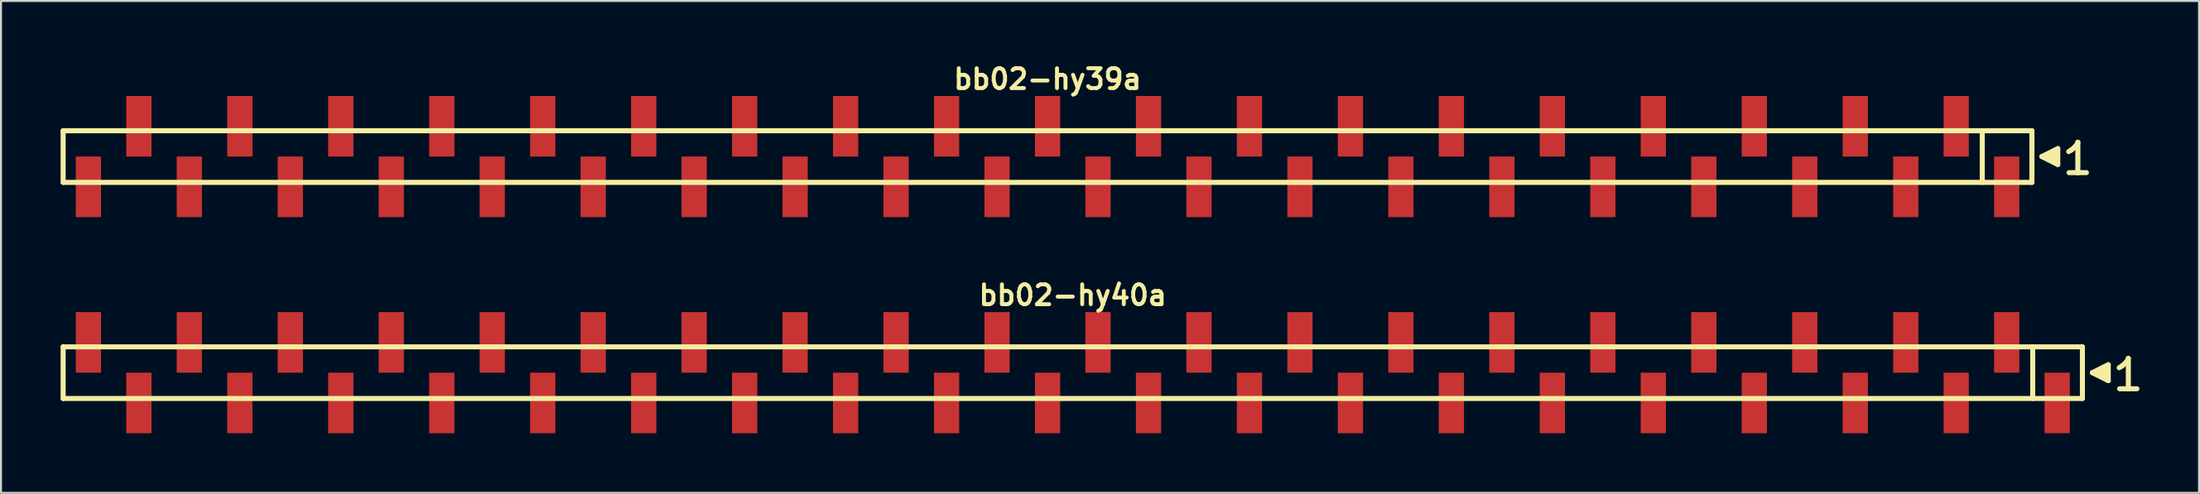
<source format=kicad_pcb>
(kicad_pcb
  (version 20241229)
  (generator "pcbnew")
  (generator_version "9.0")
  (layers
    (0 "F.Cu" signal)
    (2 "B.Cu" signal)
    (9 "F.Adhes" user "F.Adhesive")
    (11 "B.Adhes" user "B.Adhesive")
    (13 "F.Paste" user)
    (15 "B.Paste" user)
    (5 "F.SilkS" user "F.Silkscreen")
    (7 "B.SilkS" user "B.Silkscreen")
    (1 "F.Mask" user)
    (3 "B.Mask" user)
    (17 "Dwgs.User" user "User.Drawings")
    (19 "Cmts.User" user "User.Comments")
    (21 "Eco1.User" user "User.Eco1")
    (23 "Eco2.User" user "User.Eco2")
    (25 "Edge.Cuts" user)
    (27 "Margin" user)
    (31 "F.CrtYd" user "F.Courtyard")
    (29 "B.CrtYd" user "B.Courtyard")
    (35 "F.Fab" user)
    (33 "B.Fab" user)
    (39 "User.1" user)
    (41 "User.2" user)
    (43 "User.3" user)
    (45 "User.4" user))
  (footprint "bb02-hy39a"
    (layer "F.Cu")
    (at 49.657 4.832)
    (property "Reference" "bb02-hy39a" (at 0 -3.9 0) (layer "F.SilkS") (effects (font (size 0.998 0.998) (thickness 0.198))))
    (attr smd)
    (fp_line (start -49.53 -1.3) (end 49.53 -1.3) (stroke (width 0.254) (type solid)) (layer "F.SilkS"))
    (fp_line (start -49.53 1.3) (end -49.53 -1.3) (stroke (width 0.254) (type solid)) (layer "F.SilkS"))
    (fp_line (start 47.03 1.3) (end 47.03 -1.3) (stroke (width 0.254) (type solid)) (layer "F.SilkS"))
    (fp_line (start 49.53 -1.3) (end 49.53 1.3) (stroke (width 0.254) (type solid)) (layer "F.SilkS"))
    (fp_line (start 49.53 1.3) (end -49.53 1.3) (stroke (width 0.254) (type solid)) (layer "F.SilkS"))
    (fp_line (start 50.03 0) (end 50.83 0.4) (stroke (width 0.254) (type solid)) (layer "F.SilkS"))
    (fp_line (start 50.33 0.1) (end 50.33 -0.1) (stroke (width 0.254) (type solid)) (layer "F.SilkS"))
    (fp_line (start 50.43 -0.1) (end 50.43 0.1) (stroke (width 0.254) (type solid)) (layer "F.SilkS"))
    (fp_line (start 50.53 0.2) (end 50.53 -0.2) (stroke (width 0.254) (type solid)) (layer "F.SilkS"))
    (fp_line (start 50.63 -0.2) (end 50.63 0.2) (stroke (width 0.254) (type solid)) (layer "F.SilkS"))
    (fp_line (start 50.73 0.3) (end 50.73 -0.3) (stroke (width 0.254) (type solid)) (layer "F.SilkS"))
    (fp_line (start 50.83 -0.4) (end 50.03 0) (stroke (width 0.254) (type solid)) (layer "F.SilkS"))
    (fp_line (start 50.83 0.4) (end 50.83 -0.4) (stroke (width 0.254) (type solid)) (layer "F.SilkS"))
    (fp_line (start 51.38 -0.25) (end 51.51 -0.33) (stroke (width 0.254) (type solid)) (layer "F.SilkS"))
    (fp_line (start 51.51 -0.33) (end 51.67 -0.46) (stroke (width 0.254) (type solid)) (layer "F.SilkS"))
    (fp_line (start 51.67 -0.46) (end 51.81 -0.63) (stroke (width 0.254) (type solid)) (layer "F.SilkS"))
    (fp_line (start 51.81 -0.63) (end 51.84 -0.72) (stroke (width 0.254) (type solid)) (layer "F.SilkS"))
    (fp_line (start 51.84 -0.72) (end 51.84 0.81) (stroke (width 0.254) (type solid)) (layer "F.SilkS"))
    (fp_line (start 51.84 0.81) (end 51.4 0.81) (stroke (width 0.254) (type solid)) (layer "F.SilkS"))
    (fp_line (start 52.27 0.81) (end 51.83 0.81) (stroke (width 0.254) (type solid)) (layer "F.SilkS"))
    (pad "1" smd rect (at 48.26 1.525) (size 1.27 3.05) (layers "F.Cu" "F.Mask" "F.Paste"))
    (pad "2" smd rect (at 45.72 -1.525) (size 1.27 3.05) (layers "F.Cu" "F.Mask" "F.Paste"))
    (pad "3" smd rect (at 43.18 1.525) (size 1.27 3.05) (layers "F.Cu" "F.Mask" "F.Paste"))
    (pad "4" smd rect (at 40.64 -1.525) (size 1.27 3.05) (layers "F.Cu" "F.Mask" "F.Paste"))
    (pad "5" smd rect (at 38.1 1.525) (size 1.27 3.05) (layers "F.Cu" "F.Mask" "F.Paste"))
    (pad "6" smd rect (at 35.56 -1.525) (size 1.27 3.05) (layers "F.Cu" "F.Mask" "F.Paste"))
    (pad "7" smd rect (at 33.02 1.525) (size 1.27 3.05) (layers "F.Cu" "F.Mask" "F.Paste"))
    (pad "8" smd rect (at 30.48 -1.525) (size 1.27 3.05) (layers "F.Cu" "F.Mask" "F.Paste"))
    (pad "9" smd rect (at 27.94 1.525) (size 1.27 3.05) (layers "F.Cu" "F.Mask" "F.Paste"))
    (pad "10" smd rect (at 25.4 -1.525) (size 1.27 3.05) (layers "F.Cu" "F.Mask" "F.Paste"))
    (pad "11" smd rect (at 22.86 1.525) (size 1.27 3.05) (layers "F.Cu" "F.Mask" "F.Paste"))
    (pad "12" smd rect (at 20.32 -1.525) (size 1.27 3.05) (layers "F.Cu" "F.Mask" "F.Paste"))
    (pad "13" smd rect (at 17.78 1.525) (size 1.27 3.05) (layers "F.Cu" "F.Mask" "F.Paste"))
    (pad "14" smd rect (at 15.24 -1.525) (size 1.27 3.05) (layers "F.Cu" "F.Mask" "F.Paste"))
    (pad "15" smd rect (at 12.7 1.525) (size 1.27 3.05) (layers "F.Cu" "F.Mask" "F.Paste"))
    (pad "16" smd rect (at 10.16 -1.525) (size 1.27 3.05) (layers "F.Cu" "F.Mask" "F.Paste"))
    (pad "17" smd rect (at 7.62 1.525) (size 1.27 3.05) (layers "F.Cu" "F.Mask" "F.Paste"))
    (pad "18" smd rect (at 5.08 -1.525) (size 1.27 3.05) (layers "F.Cu" "F.Mask" "F.Paste"))
    (pad "19" smd rect (at 2.54 1.525) (size 1.27 3.05) (layers "F.Cu" "F.Mask" "F.Paste"))
    (pad "20" smd rect (at 0 -1.525) (size 1.27 3.05) (layers "F.Cu" "F.Mask" "F.Paste"))
    (pad "21" smd rect (at -2.54 1.525) (size 1.27 3.05) (layers "F.Cu" "F.Mask" "F.Paste"))
    (pad "22" smd rect (at -5.08 -1.525) (size 1.27 3.05) (layers "F.Cu" "F.Mask" "F.Paste"))
    (pad "23" smd rect (at -7.62 1.525) (size 1.27 3.05) (layers "F.Cu" "F.Mask" "F.Paste"))
    (pad "24" smd rect (at -10.16 -1.525) (size 1.27 3.05) (layers "F.Cu" "F.Mask" "F.Paste"))
    (pad "25" smd rect (at -12.7 1.525) (size 1.27 3.05) (layers "F.Cu" "F.Mask" "F.Paste"))
    (pad "26" smd rect (at -15.24 -1.525) (size 1.27 3.05) (layers "F.Cu" "F.Mask" "F.Paste"))
    (pad "27" smd rect (at -17.78 1.525) (size 1.27 3.05) (layers "F.Cu" "F.Mask" "F.Paste"))
    (pad "28" smd rect (at -20.32 -1.525) (size 1.27 3.05) (layers "F.Cu" "F.Mask" "F.Paste"))
    (pad "29" smd rect (at -22.86 1.525) (size 1.27 3.05) (layers "F.Cu" "F.Mask" "F.Paste"))
    (pad "30" smd rect (at -25.4 -1.525) (size 1.27 3.05) (layers "F.Cu" "F.Mask" "F.Paste"))
    (pad "31" smd rect (at -27.94 1.525) (size 1.27 3.05) (layers "F.Cu" "F.Mask" "F.Paste"))
    (pad "32" smd rect (at -30.48 -1.525) (size 1.27 3.05) (layers "F.Cu" "F.Mask" "F.Paste"))
    (pad "33" smd rect (at -33.02 1.525) (size 1.27 3.05) (layers "F.Cu" "F.Mask" "F.Paste"))
    (pad "34" smd rect (at -35.56 -1.525) (size 1.27 3.05) (layers "F.Cu" "F.Mask" "F.Paste"))
    (pad "35" smd rect (at -38.1 1.525) (size 1.27 3.05) (layers "F.Cu" "F.Mask" "F.Paste"))
    (pad "36" smd rect (at -40.64 -1.525) (size 1.27 3.05) (layers "F.Cu" "F.Mask" "F.Paste"))
    (pad "37" smd rect (at -43.18 1.525) (size 1.27 3.05) (layers "F.Cu" "F.Mask" "F.Paste"))
    (pad "38" smd rect (at -45.72 -1.525) (size 1.27 3.05) (layers "F.Cu" "F.Mask" "F.Paste"))
    (pad "39" smd rect (at -48.26 1.525) (size 1.27 3.05) (layers "F.Cu" "F.Mask" "F.Paste")))
  (footprint "bb02-hy40a"
    (layer "F.Cu")
    (at 50.927 15.713)
    (property "Reference" "bb02-hy40a" (at 0 -3.9 0) (layer "F.SilkS") (effects (font (size 0.998 0.998) (thickness 0.198))))
    (attr smd)
    (fp_line (start -50.8 -1.3) (end 50.8 -1.3) (stroke (width 0.254) (type solid)) (layer "F.SilkS"))
    (fp_line (start -50.8 1.3) (end -50.8 -1.3) (stroke (width 0.254) (type solid)) (layer "F.SilkS"))
    (fp_line (start 48.3 1.3) (end 48.3 -1.3) (stroke (width 0.254) (type solid)) (layer "F.SilkS"))
    (fp_line (start 50.8 -1.3) (end 50.8 1.3) (stroke (width 0.254) (type solid)) (layer "F.SilkS"))
    (fp_line (start 50.8 1.3) (end -50.8 1.3) (stroke (width 0.254) (type solid)) (layer "F.SilkS"))
    (fp_line (start 51.3 0) (end 52.1 0.4) (stroke (width 0.254) (type solid)) (layer "F.SilkS"))
    (fp_line (start 51.6 0.1) (end 51.6 -0.1) (stroke (width 0.254) (type solid)) (layer "F.SilkS"))
    (fp_line (start 51.7 -0.1) (end 51.7 0.1) (stroke (width 0.254) (type solid)) (layer "F.SilkS"))
    (fp_line (start 51.8 0.2) (end 51.8 -0.2) (stroke (width 0.254) (type solid)) (layer "F.SilkS"))
    (fp_line (start 51.9 -0.2) (end 51.9 0.2) (stroke (width 0.254) (type solid)) (layer "F.SilkS"))
    (fp_line (start 52 0.3) (end 52 -0.3) (stroke (width 0.254) (type solid)) (layer "F.SilkS"))
    (fp_line (start 52.1 -0.4) (end 51.3 0) (stroke (width 0.254) (type solid)) (layer "F.SilkS"))
    (fp_line (start 52.1 0.4) (end 52.1 -0.4) (stroke (width 0.254) (type solid)) (layer "F.SilkS"))
    (fp_line (start 52.65 -0.25) (end 52.78 -0.33) (stroke (width 0.254) (type solid)) (layer "F.SilkS"))
    (fp_line (start 52.78 -0.33) (end 52.94 -0.46) (stroke (width 0.254) (type solid)) (layer "F.SilkS"))
    (fp_line (start 52.94 -0.46) (end 53.08 -0.63) (stroke (width 0.254) (type solid)) (layer "F.SilkS"))
    (fp_line (start 53.08 -0.63) (end 53.11 -0.72) (stroke (width 0.254) (type solid)) (layer "F.SilkS"))
    (fp_line (start 53.11 -0.72) (end 53.11 0.81) (stroke (width 0.254) (type solid)) (layer "F.SilkS"))
    (fp_line (start 53.11 0.81) (end 52.67 0.81) (stroke (width 0.254) (type solid)) (layer "F.SilkS"))
    (fp_line (start 53.54 0.81) (end 53.1 0.81) (stroke (width 0.254) (type solid)) (layer "F.SilkS"))
    (pad "1" smd rect (at 49.53 1.525) (size 1.27 3.05) (layers "F.Cu" "F.Mask" "F.Paste"))
    (pad "2" smd rect (at 46.99 -1.525) (size 1.27 3.05) (layers "F.Cu" "F.Mask" "F.Paste"))
    (pad "3" smd rect (at 44.45 1.525) (size 1.27 3.05) (layers "F.Cu" "F.Mask" "F.Paste"))
    (pad "4" smd rect (at 41.91 -1.525) (size 1.27 3.05) (layers "F.Cu" "F.Mask" "F.Paste"))
    (pad "5" smd rect (at 39.37 1.525) (size 1.27 3.05) (layers "F.Cu" "F.Mask" "F.Paste"))
    (pad "6" smd rect (at 36.83 -1.525) (size 1.27 3.05) (layers "F.Cu" "F.Mask" "F.Paste"))
    (pad "7" smd rect (at 34.29 1.525) (size 1.27 3.05) (layers "F.Cu" "F.Mask" "F.Paste"))
    (pad "8" smd rect (at 31.75 -1.525) (size 1.27 3.05) (layers "F.Cu" "F.Mask" "F.Paste"))
    (pad "9" smd rect (at 29.21 1.525) (size 1.27 3.05) (layers "F.Cu" "F.Mask" "F.Paste"))
    (pad "10" smd rect (at 26.67 -1.525) (size 1.27 3.05) (layers "F.Cu" "F.Mask" "F.Paste"))
    (pad "11" smd rect (at 24.13 1.525) (size 1.27 3.05) (layers "F.Cu" "F.Mask" "F.Paste"))
    (pad "12" smd rect (at 21.59 -1.525) (size 1.27 3.05) (layers "F.Cu" "F.Mask" "F.Paste"))
    (pad "13" smd rect (at 19.05 1.525) (size 1.27 3.05) (layers "F.Cu" "F.Mask" "F.Paste"))
    (pad "14" smd rect (at 16.51 -1.525) (size 1.27 3.05) (layers "F.Cu" "F.Mask" "F.Paste"))
    (pad "15" smd rect (at 13.97 1.525) (size 1.27 3.05) (layers "F.Cu" "F.Mask" "F.Paste"))
    (pad "16" smd rect (at 11.43 -1.525) (size 1.27 3.05) (layers "F.Cu" "F.Mask" "F.Paste"))
    (pad "17" smd rect (at 8.89 1.525) (size 1.27 3.05) (layers "F.Cu" "F.Mask" "F.Paste"))
    (pad "18" smd rect (at 6.35 -1.525) (size 1.27 3.05) (layers "F.Cu" "F.Mask" "F.Paste"))
    (pad "19" smd rect (at 3.81 1.525) (size 1.27 3.05) (layers "F.Cu" "F.Mask" "F.Paste"))
    (pad "20" smd rect (at 1.27 -1.525) (size 1.27 3.05) (layers "F.Cu" "F.Mask" "F.Paste"))
    (pad "21" smd rect (at -1.27 1.525) (size 1.27 3.05) (layers "F.Cu" "F.Mask" "F.Paste"))
    (pad "22" smd rect (at -3.81 -1.525) (size 1.27 3.05) (layers "F.Cu" "F.Mask" "F.Paste"))
    (pad "23" smd rect (at -6.35 1.525) (size 1.27 3.05) (layers "F.Cu" "F.Mask" "F.Paste"))
    (pad "24" smd rect (at -8.89 -1.525) (size 1.27 3.05) (layers "F.Cu" "F.Mask" "F.Paste"))
    (pad "25" smd rect (at -11.43 1.525) (size 1.27 3.05) (layers "F.Cu" "F.Mask" "F.Paste"))
    (pad "26" smd rect (at -13.97 -1.525) (size 1.27 3.05) (layers "F.Cu" "F.Mask" "F.Paste"))
    (pad "27" smd rect (at -16.51 1.525) (size 1.27 3.05) (layers "F.Cu" "F.Mask" "F.Paste"))
    (pad "28" smd rect (at -19.05 -1.525) (size 1.27 3.05) (layers "F.Cu" "F.Mask" "F.Paste"))
    (pad "29" smd rect (at -21.59 1.525) (size 1.27 3.05) (layers "F.Cu" "F.Mask" "F.Paste"))
    (pad "30" smd rect (at -24.13 -1.525) (size 1.27 3.05) (layers "F.Cu" "F.Mask" "F.Paste"))
    (pad "31" smd rect (at -26.67 1.525) (size 1.27 3.05) (layers "F.Cu" "F.Mask" "F.Paste"))
    (pad "32" smd rect (at -29.21 -1.525) (size 1.27 3.05) (layers "F.Cu" "F.Mask" "F.Paste"))
    (pad "33" smd rect (at -31.75 1.525) (size 1.27 3.05) (layers "F.Cu" "F.Mask" "F.Paste"))
    (pad "34" smd rect (at -34.29 -1.525) (size 1.27 3.05) (layers "F.Cu" "F.Mask" "F.Paste"))
    (pad "35" smd rect (at -36.83 1.525) (size 1.27 3.05) (layers "F.Cu" "F.Mask" "F.Paste"))
    (pad "36" smd rect (at -39.37 -1.525) (size 1.27 3.05) (layers "F.Cu" "F.Mask" "F.Paste"))
    (pad "37" smd rect (at -41.91 1.525) (size 1.27 3.05) (layers "F.Cu" "F.Mask" "F.Paste"))
    (pad "38" smd rect (at -44.45 -1.525) (size 1.27 3.05) (layers "F.Cu" "F.Mask" "F.Paste"))
    (pad "39" smd rect (at -46.99 1.525) (size 1.27 3.05) (layers "F.Cu" "F.Mask" "F.Paste"))
    (pad "40" smd rect (at -49.53 -1.525) (size 1.27 3.05) (layers "F.Cu" "F.Mask" "F.Paste")))
  (gr_rect
    (start -3 -3)
    (end 107.594 21.763)
    (stroke (width 0.1) (type default))
    (fill no)
    (layer "Edge.Cuts")))
</source>
